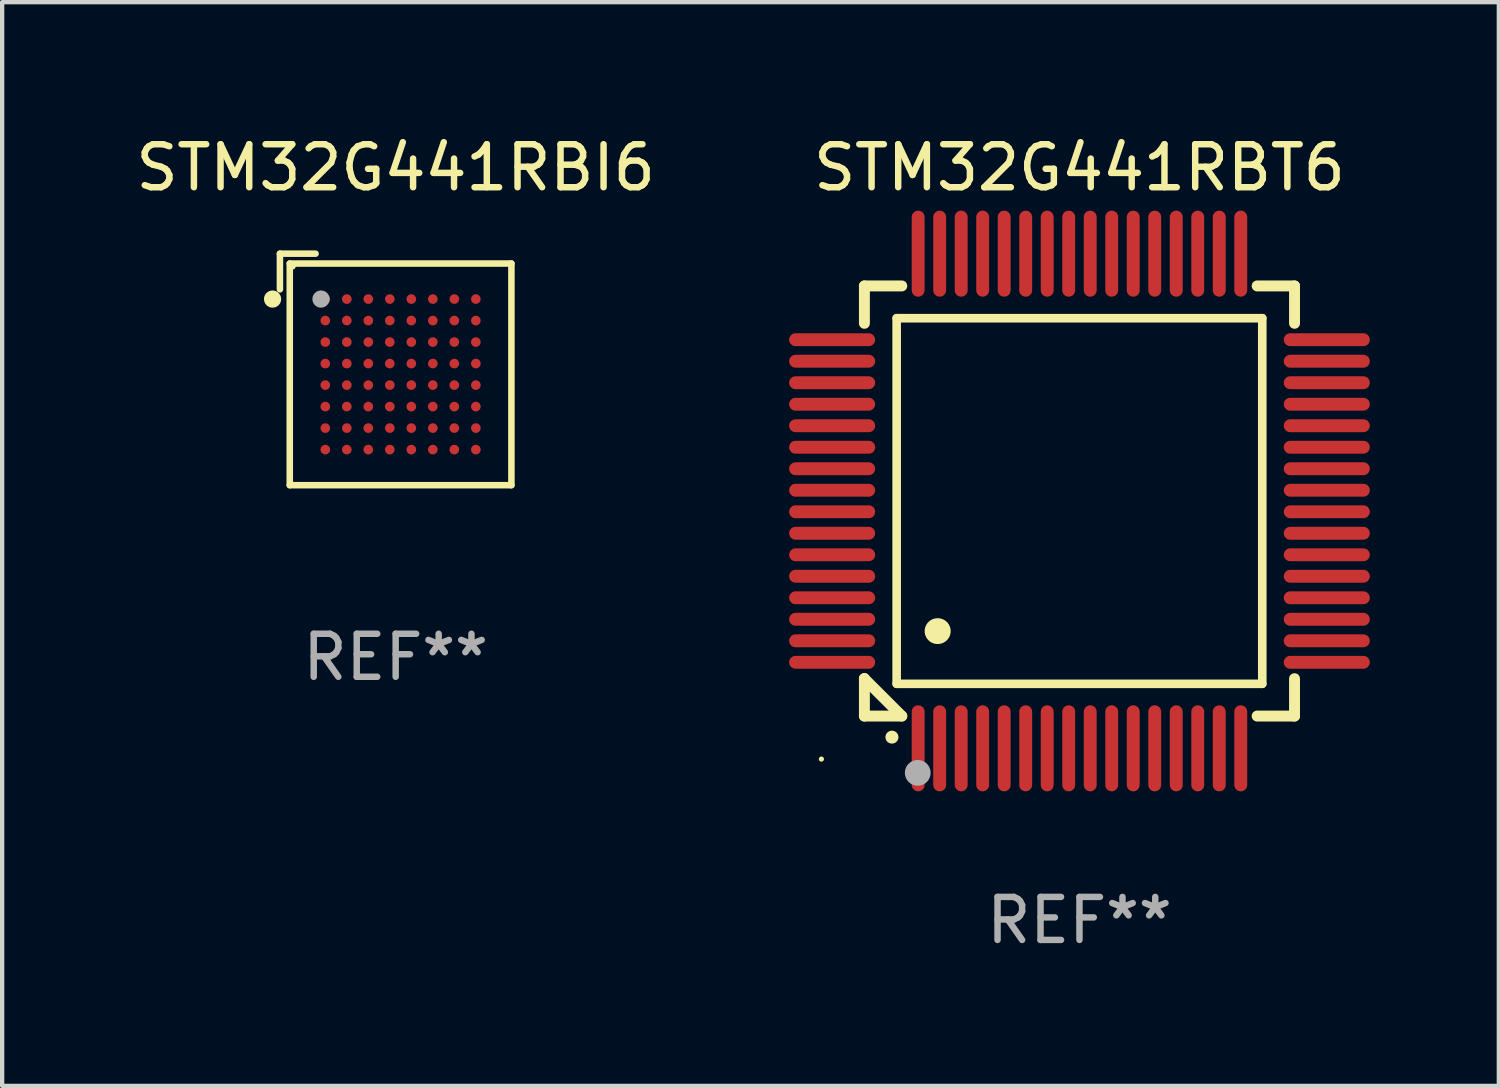
<source format=kicad_pcb>
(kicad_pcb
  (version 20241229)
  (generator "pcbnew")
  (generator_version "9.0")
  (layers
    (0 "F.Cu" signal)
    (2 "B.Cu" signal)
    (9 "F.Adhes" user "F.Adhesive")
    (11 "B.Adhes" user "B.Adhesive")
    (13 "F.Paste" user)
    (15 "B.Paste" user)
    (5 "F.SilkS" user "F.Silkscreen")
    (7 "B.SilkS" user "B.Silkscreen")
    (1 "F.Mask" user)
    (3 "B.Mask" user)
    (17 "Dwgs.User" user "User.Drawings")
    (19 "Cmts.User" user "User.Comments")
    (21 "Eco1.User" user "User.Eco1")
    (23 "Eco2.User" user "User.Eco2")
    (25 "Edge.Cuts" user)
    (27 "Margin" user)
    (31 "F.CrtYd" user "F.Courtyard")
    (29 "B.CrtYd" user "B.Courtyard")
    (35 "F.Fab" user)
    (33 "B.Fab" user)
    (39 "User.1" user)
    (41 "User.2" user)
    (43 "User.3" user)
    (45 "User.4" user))
  (footprint "STM32G441RBT6"
    (layer "F.Cu")
    (at 22.047 8.598)
    (property "Reference" "STM32G441RBT6" (at 0 -7.75 0) (layer "F.SilkS") (effects (font (size 1 1) (thickness 0.15))))
    (attr through_hole)
    (fp_line (start -5 -5) (end -4.131 -5) (stroke (width 0.254) (type solid)) (layer "F.SilkS"))
    (fp_line (start -5 -4.131) (end -5 -5) (stroke (width 0.254) (type solid)) (layer "F.SilkS"))
    (fp_line (start -5 4.131) (end -5 4.131) (stroke (width 0.254) (type solid)) (layer "F.SilkS"))
    (fp_line (start -5 5) (end -5 4.131) (stroke (width 0.254) (type solid)) (layer "F.SilkS"))
    (fp_line (start -5 4.131) (end -4.131 5) (stroke (width 0.254) (type solid)) (layer "F.SilkS"))
    (fp_line (start -4.25 -4.25) (end -4.25 4.25) (stroke (width 0.2) (type solid)) (layer "F.SilkS"))
    (fp_line (start -4.25 4.25) (end 4.25 4.25) (stroke (width 0.2) (type solid)) (layer "F.SilkS"))
    (fp_line (start -4.131 5) (end -5 5) (stroke (width 0.254) (type solid)) (layer "F.SilkS"))
    (fp_line (start 4.25 -4.25) (end -4.25 -4.25) (stroke (width 0.2) (type solid)) (layer "F.SilkS"))
    (fp_line (start 4.25 4.25) (end 4.25 -4.25) (stroke (width 0.2) (type solid)) (layer "F.SilkS"))
    (fp_line (start 5 -5) (end 4.131 -5) (stroke (width 0.254) (type solid)) (layer "F.SilkS"))
    (fp_line (start 5 -5) (end 5 -4.131) (stroke (width 0.254) (type solid)) (layer "F.SilkS"))
    (fp_line (start 5 4.131) (end 5 5) (stroke (width 0.254) (type solid)) (layer "F.SilkS"))
    (fp_line (start 5 5) (end 4.131 5) (stroke (width 0.254) (type solid)) (layer "F.SilkS"))
    (fp_arc (start -4.361265 5.489992) (mid -4.359995 5.489987) (end -4.358725 5.489992) (stroke (width 0.3) (type solid)) (layer "F.SilkS"))
    (fp_arc (start -3.299467 3.025146) (mid -3.296927 3.025135) (end -3.294387 3.025146) (stroke (width 0.6) (type solid)) (layer "F.SilkS"))
    (fp_circle (center -6 6) (end -5.97 6) (stroke (width 0.06) (type solid)) (fill no) (layer "F.SilkS"))
    (fp_circle (center -3.76 6.32) (end -3.61 6.32) (stroke (width 0.3) (type solid)) (fill no) (layer "F.Fab"))
    (fp_text user "REF**" (at 0 9.75 0) (layer "F.Fab") (effects (font (size 1 1) (thickness 0.15))))
    (pad "1" smd oval (at -3.75 5.75) (size 0.3 2) (layers "F.Cu" "F.Mask" "F.Paste"))
    (pad "2" smd oval (at -3.25 5.75) (size 0.3 2) (layers "F.Cu" "F.Mask" "F.Paste"))
    (pad "3" smd oval (at -2.75 5.75) (size 0.3 2) (layers "F.Cu" "F.Mask" "F.Paste"))
    (pad "4" smd oval (at -2.25 5.75) (size 0.3 2) (layers "F.Cu" "F.Mask" "F.Paste"))
    (pad "5" smd oval (at -1.75 5.75) (size 0.3 2) (layers "F.Cu" "F.Mask" "F.Paste"))
    (pad "6" smd oval (at -1.25 5.75) (size 0.3 2) (layers "F.Cu" "F.Mask" "F.Paste"))
    (pad "7" smd oval (at -0.75 5.75) (size 0.3 2) (layers "F.Cu" "F.Mask" "F.Paste"))
    (pad "8" smd oval (at -0.25 5.75) (size 0.3 2) (layers "F.Cu" "F.Mask" "F.Paste"))
    (pad "9" smd oval (at 0.25 5.75) (size 0.3 2) (layers "F.Cu" "F.Mask" "F.Paste"))
    (pad "10" smd oval (at 0.75 5.75) (size 0.3 2) (layers "F.Cu" "F.Mask" "F.Paste"))
    (pad "11" smd oval (at 1.25 5.75) (size 0.3 2) (layers "F.Cu" "F.Mask" "F.Paste"))
    (pad "12" smd oval (at 1.75 5.75) (size 0.3 2) (layers "F.Cu" "F.Mask" "F.Paste"))
    (pad "13" smd oval (at 2.25 5.75) (size 0.3 2) (layers "F.Cu" "F.Mask" "F.Paste"))
    (pad "14" smd oval (at 2.75 5.75) (size 0.3 2) (layers "F.Cu" "F.Mask" "F.Paste"))
    (pad "15" smd oval (at 3.25 5.75) (size 0.3 2) (layers "F.Cu" "F.Mask" "F.Paste"))
    (pad "16" smd oval (at 3.75 5.75) (size 0.3 2) (layers "F.Cu" "F.Mask" "F.Paste"))
    (pad "17" smd oval (at 5.75 3.75) (size 2 0.3) (layers "F.Cu" "F.Mask" "F.Paste"))
    (pad "18" smd oval (at 5.75 3.25) (size 2 0.3) (layers "F.Cu" "F.Mask" "F.Paste"))
    (pad "19" smd oval (at 5.75 2.75) (size 2 0.3) (layers "F.Cu" "F.Mask" "F.Paste"))
    (pad "20" smd oval (at 5.75 2.25) (size 2 0.3) (layers "F.Cu" "F.Mask" "F.Paste"))
    (pad "21" smd oval (at 5.75 1.75) (size 2 0.3) (layers "F.Cu" "F.Mask" "F.Paste"))
    (pad "22" smd oval (at 5.75 1.25) (size 2 0.3) (layers "F.Cu" "F.Mask" "F.Paste"))
    (pad "23" smd oval (at 5.75 0.75) (size 2 0.3) (layers "F.Cu" "F.Mask" "F.Paste"))
    (pad "24" smd oval (at 5.75 0.25) (size 2 0.3) (layers "F.Cu" "F.Mask" "F.Paste"))
    (pad "25" smd oval (at 5.75 -0.25) (size 2 0.3) (layers "F.Cu" "F.Mask" "F.Paste"))
    (pad "26" smd oval (at 5.75 -0.75) (size 2 0.3) (layers "F.Cu" "F.Mask" "F.Paste"))
    (pad "27" smd oval (at 5.75 -1.25) (size 2 0.3) (layers "F.Cu" "F.Mask" "F.Paste"))
    (pad "28" smd oval (at 5.75 -1.75) (size 2 0.3) (layers "F.Cu" "F.Mask" "F.Paste"))
    (pad "29" smd oval (at 5.75 -2.25) (size 2 0.3) (layers "F.Cu" "F.Mask" "F.Paste"))
    (pad "30" smd oval (at 5.75 -2.75) (size 2 0.3) (layers "F.Cu" "F.Mask" "F.Paste"))
    (pad "31" smd oval (at 5.75 -3.25) (size 2 0.3) (layers "F.Cu" "F.Mask" "F.Paste"))
    (pad "32" smd oval (at 5.75 -3.75) (size 2 0.3) (layers "F.Cu" "F.Mask" "F.Paste"))
    (pad "33" smd oval (at 3.75 -5.75) (size 0.3 2) (layers "F.Cu" "F.Mask" "F.Paste"))
    (pad "34" smd oval (at 3.25 -5.75) (size 0.3 2) (layers "F.Cu" "F.Mask" "F.Paste"))
    (pad "35" smd oval (at 2.75 -5.75) (size 0.3 2) (layers "F.Cu" "F.Mask" "F.Paste"))
    (pad "36" smd oval (at 2.25 -5.75) (size 0.3 2) (layers "F.Cu" "F.Mask" "F.Paste"))
    (pad "37" smd oval (at 1.75 -5.75) (size 0.3 2) (layers "F.Cu" "F.Mask" "F.Paste"))
    (pad "38" smd oval (at 1.25 -5.75) (size 0.3 2) (layers "F.Cu" "F.Mask" "F.Paste"))
    (pad "39" smd oval (at 0.75 -5.75) (size 0.3 2) (layers "F.Cu" "F.Mask" "F.Paste"))
    (pad "40" smd oval (at 0.25 -5.75) (size 0.3 2) (layers "F.Cu" "F.Mask" "F.Paste"))
    (pad "41" smd oval (at -0.25 -5.75) (size 0.3 2) (layers "F.Cu" "F.Mask" "F.Paste"))
    (pad "42" smd oval (at -0.75 -5.75) (size 0.3 2) (layers "F.Cu" "F.Mask" "F.Paste"))
    (pad "43" smd oval (at -1.25 -5.75) (size 0.3 2) (layers "F.Cu" "F.Mask" "F.Paste"))
    (pad "44" smd oval (at -1.75 -5.75) (size 0.3 2) (layers "F.Cu" "F.Mask" "F.Paste"))
    (pad "45" smd oval (at -2.25 -5.75) (size 0.3 2) (layers "F.Cu" "F.Mask" "F.Paste"))
    (pad "46" smd oval (at -2.75 -5.75) (size 0.3 2) (layers "F.Cu" "F.Mask" "F.Paste"))
    (pad "47" smd oval (at -3.25 -5.75) (size 0.3 2) (layers "F.Cu" "F.Mask" "F.Paste"))
    (pad "48" smd oval (at -3.75 -5.75) (size 0.3 2) (layers "F.Cu" "F.Mask" "F.Paste"))
    (pad "49" smd oval (at -5.75 -3.75) (size 2 0.3) (layers "F.Cu" "F.Mask" "F.Paste"))
    (pad "50" smd oval (at -5.75 -3.25) (size 2 0.3) (layers "F.Cu" "F.Mask" "F.Paste"))
    (pad "51" smd oval (at -5.75 -2.75) (size 2 0.3) (layers "F.Cu" "F.Mask" "F.Paste"))
    (pad "52" smd oval (at -5.75 -2.25) (size 2 0.3) (layers "F.Cu" "F.Mask" "F.Paste"))
    (pad "53" smd oval (at -5.75 -1.75) (size 2 0.3) (layers "F.Cu" "F.Mask" "F.Paste"))
    (pad "54" smd oval (at -5.75 -1.25) (size 2 0.3) (layers "F.Cu" "F.Mask" "F.Paste"))
    (pad "55" smd oval (at -5.75 -0.75) (size 2 0.3) (layers "F.Cu" "F.Mask" "F.Paste"))
    (pad "56" smd oval (at -5.75 -0.25) (size 2 0.3) (layers "F.Cu" "F.Mask" "F.Paste"))
    (pad "57" smd oval (at -5.75 0.25) (size 2 0.3) (layers "F.Cu" "F.Mask" "F.Paste"))
    (pad "58" smd oval (at -5.75 0.75) (size 2 0.3) (layers "F.Cu" "F.Mask" "F.Paste"))
    (pad "59" smd oval (at -5.75 1.25) (size 2 0.3) (layers "F.Cu" "F.Mask" "F.Paste"))
    (pad "60" smd oval (at -5.75 1.75) (size 2 0.3) (layers "F.Cu" "F.Mask" "F.Paste"))
    (pad "61" smd oval (at -5.75 2.25) (size 2 0.3) (layers "F.Cu" "F.Mask" "F.Paste"))
    (pad "62" smd oval (at -5.75 2.75) (size 2 0.3) (layers "F.Cu" "F.Mask" "F.Paste"))
    (pad "63" smd oval (at -5.75 3.25) (size 2 0.3) (layers "F.Cu" "F.Mask" "F.Paste"))
    (pad "64" smd oval (at -5.75 3.75) (size 2 0.3) (layers "F.Cu" "F.Mask" "F.Paste")))
  (footprint "STM32G441RBI6"
    (layer "F.Cu")
    (at 6.149 5.539)
    (property "Reference" "STM32G441RBI6" (at 0 -4.691 0) (layer "F.SilkS") (effects (font (size 1 1) (thickness 0.15))))
    (attr through_hole)
    (fp_line (start -2.691 -2.691) (end -2.691 -1.862) (stroke (width 0.152) (type solid)) (layer "F.SilkS"))
    (fp_line (start -2.462 -2.462) (end 2.691 -2.462) (stroke (width 0.152) (type solid)) (layer "F.SilkS"))
    (fp_line (start -2.462 2.691) (end -2.462 -2.462) (stroke (width 0.152) (type solid)) (layer "F.SilkS"))
    (fp_line (start -1.862 -2.691) (end -2.691 -2.691) (stroke (width 0.152) (type solid)) (layer "F.SilkS"))
    (fp_line (start 2.691 -2.462) (end 2.691 2.691) (stroke (width 0.152) (type solid)) (layer "F.SilkS"))
    (fp_line (start 2.691 2.691) (end -2.462 2.691) (stroke (width 0.152) (type solid)) (layer "F.SilkS"))
    (fp_circle (center -2.862 -1.636) (end -2.762 -1.636) (stroke (width 0.2) (type solid)) (fill no) (layer "F.SilkS"))
    (fp_circle (center -2.386 -2.386) (end -2.356 -2.386) (stroke (width 0.06) (type solid)) (fill no) (layer "F.SilkS"))
    (fp_circle (center -1.736 -1.636) (end -1.636 -1.636) (stroke (width 0.2) (type solid)) (fill no) (layer "F.Fab"))
    (fp_text user "REF**" (at 0 6.691 0) (layer "F.Fab") (effects (font (size 1 1) (thickness 0.15))))
    (pad "A1" smd circle (at -1.636 -1.636) (size 0.224 0.224) (layers "F.Cu" "F.Mask" "F.Paste"))
    (pad "A2" smd circle (at -1.136 -1.636) (size 0.224 0.224) (layers "F.Cu" "F.Mask" "F.Paste"))
    (pad "A3" smd circle (at -0.636 -1.636) (size 0.224 0.224) (layers "F.Cu" "F.Mask" "F.Paste"))
    (pad "A4" smd circle (at -0.136 -1.636) (size 0.224 0.224) (layers "F.Cu" "F.Mask" "F.Paste"))
    (pad "A5" smd circle (at 0.364 -1.636) (size 0.224 0.224) (layers "F.Cu" "F.Mask" "F.Paste"))
    (pad "A6" smd circle (at 0.864 -1.636) (size 0.224 0.224) (layers "F.Cu" "F.Mask" "F.Paste"))
    (pad "A7" smd circle (at 1.364 -1.636) (size 0.224 0.224) (layers "F.Cu" "F.Mask" "F.Paste"))
    (pad "A8" smd circle (at 1.864 -1.636) (size 0.224 0.224) (layers "F.Cu" "F.Mask" "F.Paste"))
    (pad "B1" smd circle (at -1.636 -1.136) (size 0.224 0.224) (layers "F.Cu" "F.Mask" "F.Paste"))
    (pad "B2" smd circle (at -1.136 -1.136) (size 0.224 0.224) (layers "F.Cu" "F.Mask" "F.Paste"))
    (pad "B3" smd circle (at -0.636 -1.136) (size 0.224 0.224) (layers "F.Cu" "F.Mask" "F.Paste"))
    (pad "B4" smd circle (at -0.136 -1.136) (size 0.224 0.224) (layers "F.Cu" "F.Mask" "F.Paste"))
    (pad "B5" smd circle (at 0.364 -1.136) (size 0.224 0.224) (layers "F.Cu" "F.Mask" "F.Paste"))
    (pad "B6" smd circle (at 0.864 -1.136) (size 0.224 0.224) (layers "F.Cu" "F.Mask" "F.Paste"))
    (pad "B7" smd circle (at 1.364 -1.136) (size 0.224 0.224) (layers "F.Cu" "F.Mask" "F.Paste"))
    (pad "B8" smd circle (at 1.864 -1.136) (size 0.224 0.224) (layers "F.Cu" "F.Mask" "F.Paste"))
    (pad "C1" smd circle (at -1.636 -0.636) (size 0.224 0.224) (layers "F.Cu" "F.Mask" "F.Paste"))
    (pad "C2" smd circle (at -1.136 -0.636) (size 0.224 0.224) (layers "F.Cu" "F.Mask" "F.Paste"))
    (pad "C3" smd circle (at -0.636 -0.636) (size 0.224 0.224) (layers "F.Cu" "F.Mask" "F.Paste"))
    (pad "C4" smd circle (at -0.136 -0.636) (size 0.224 0.224) (layers "F.Cu" "F.Mask" "F.Paste"))
    (pad "C5" smd circle (at 0.364 -0.636) (size 0.224 0.224) (layers "F.Cu" "F.Mask" "F.Paste"))
    (pad "C6" smd circle (at 0.864 -0.636) (size 0.224 0.224) (layers "F.Cu" "F.Mask" "F.Paste"))
    (pad "C7" smd circle (at 1.364 -0.636) (size 0.224 0.224) (layers "F.Cu" "F.Mask" "F.Paste"))
    (pad "C8" smd circle (at 1.864 -0.636) (size 0.224 0.224) (layers "F.Cu" "F.Mask" "F.Paste"))
    (pad "D1" smd circle (at -1.636 -0.136) (size 0.224 0.224) (layers "F.Cu" "F.Mask" "F.Paste"))
    (pad "D2" smd circle (at -1.136 -0.136) (size 0.224 0.224) (layers "F.Cu" "F.Mask" "F.Paste"))
    (pad "D3" smd circle (at -0.636 -0.136) (size 0.224 0.224) (layers "F.Cu" "F.Mask" "F.Paste"))
    (pad "D4" smd circle (at -0.136 -0.136) (size 0.224 0.224) (layers "F.Cu" "F.Mask" "F.Paste"))
    (pad "D5" smd circle (at 0.364 -0.136) (size 0.224 0.224) (layers "F.Cu" "F.Mask" "F.Paste"))
    (pad "D6" smd circle (at 0.864 -0.136) (size 0.224 0.224) (layers "F.Cu" "F.Mask" "F.Paste"))
    (pad "D7" smd circle (at 1.364 -0.136) (size 0.224 0.224) (layers "F.Cu" "F.Mask" "F.Paste"))
    (pad "D8" smd circle (at 1.864 -0.136) (size 0.224 0.224) (layers "F.Cu" "F.Mask" "F.Paste"))
    (pad "E1" smd circle (at -1.636 0.364) (size 0.224 0.224) (layers "F.Cu" "F.Mask" "F.Paste"))
    (pad "E2" smd circle (at -1.136 0.364) (size 0.224 0.224) (layers "F.Cu" "F.Mask" "F.Paste"))
    (pad "E3" smd circle (at -0.636 0.364) (size 0.224 0.224) (layers "F.Cu" "F.Mask" "F.Paste"))
    (pad "E4" smd circle (at -0.136 0.364) (size 0.224 0.224) (layers "F.Cu" "F.Mask" "F.Paste"))
    (pad "E5" smd circle (at 0.364 0.364) (size 0.224 0.224) (layers "F.Cu" "F.Mask" "F.Paste"))
    (pad "E6" smd circle (at 0.864 0.364) (size 0.224 0.224) (layers "F.Cu" "F.Mask" "F.Paste"))
    (pad "E7" smd circle (at 1.364 0.364) (size 0.224 0.224) (layers "F.Cu" "F.Mask" "F.Paste"))
    (pad "E8" smd circle (at 1.864 0.364) (size 0.224 0.224) (layers "F.Cu" "F.Mask" "F.Paste"))
    (pad "F1" smd circle (at -1.636 0.864) (size 0.224 0.224) (layers "F.Cu" "F.Mask" "F.Paste"))
    (pad "F2" smd circle (at -1.136 0.864) (size 0.224 0.224) (layers "F.Cu" "F.Mask" "F.Paste"))
    (pad "F3" smd circle (at -0.636 0.864) (size 0.224 0.224) (layers "F.Cu" "F.Mask" "F.Paste"))
    (pad "F4" smd circle (at -0.136 0.864) (size 0.224 0.224) (layers "F.Cu" "F.Mask" "F.Paste"))
    (pad "F5" smd circle (at 0.364 0.864) (size 0.224 0.224) (layers "F.Cu" "F.Mask" "F.Paste"))
    (pad "F6" smd circle (at 0.864 0.864) (size 0.224 0.224) (layers "F.Cu" "F.Mask" "F.Paste"))
    (pad "F7" smd circle (at 1.364 0.864) (size 0.224 0.224) (layers "F.Cu" "F.Mask" "F.Paste"))
    (pad "F8" smd circle (at 1.864 0.864) (size 0.224 0.224) (layers "F.Cu" "F.Mask" "F.Paste"))
    (pad "G1" smd circle (at -1.636 1.364) (size 0.224 0.224) (layers "F.Cu" "F.Mask" "F.Paste"))
    (pad "G2" smd circle (at -1.136 1.364) (size 0.224 0.224) (layers "F.Cu" "F.Mask" "F.Paste"))
    (pad "G3" smd circle (at -0.636 1.364) (size 0.224 0.224) (layers "F.Cu" "F.Mask" "F.Paste"))
    (pad "G4" smd circle (at -0.136 1.364) (size 0.224 0.224) (layers "F.Cu" "F.Mask" "F.Paste"))
    (pad "G5" smd circle (at 0.364 1.364) (size 0.224 0.224) (layers "F.Cu" "F.Mask" "F.Paste"))
    (pad "G6" smd circle (at 0.864 1.364) (size 0.224 0.224) (layers "F.Cu" "F.Mask" "F.Paste"))
    (pad "G7" smd circle (at 1.364 1.364) (size 0.224 0.224) (layers "F.Cu" "F.Mask" "F.Paste"))
    (pad "G8" smd circle (at 1.864 1.364) (size 0.224 0.224) (layers "F.Cu" "F.Mask" "F.Paste"))
    (pad "H1" smd circle (at -1.636 1.864) (size 0.224 0.224) (layers "F.Cu" "F.Mask" "F.Paste"))
    (pad "H2" smd circle (at -1.136 1.864) (size 0.224 0.224) (layers "F.Cu" "F.Mask" "F.Paste"))
    (pad "H3" smd circle (at -0.636 1.864) (size 0.224 0.224) (layers "F.Cu" "F.Mask" "F.Paste"))
    (pad "H4" smd circle (at -0.136 1.864) (size 0.224 0.224) (layers "F.Cu" "F.Mask" "F.Paste"))
    (pad "H5" smd circle (at 0.364 1.864) (size 0.224 0.224) (layers "F.Cu" "F.Mask" "F.Paste"))
    (pad "H6" smd circle (at 0.864 1.864) (size 0.224 0.224) (layers "F.Cu" "F.Mask" "F.Paste"))
    (pad "H7" smd circle (at 1.364 1.864) (size 0.224 0.224) (layers "F.Cu" "F.Mask" "F.Paste"))
    (pad "H8" smd circle (at 1.864 1.864) (size 0.224 0.224) (layers "F.Cu" "F.Mask" "F.Paste")))
  (gr_rect
    (start -3 -3)
    (end 31.797 22.196)
    (stroke (width 0.1) (type default))
    (fill no)
    (layer "Edge.Cuts")))
</source>
